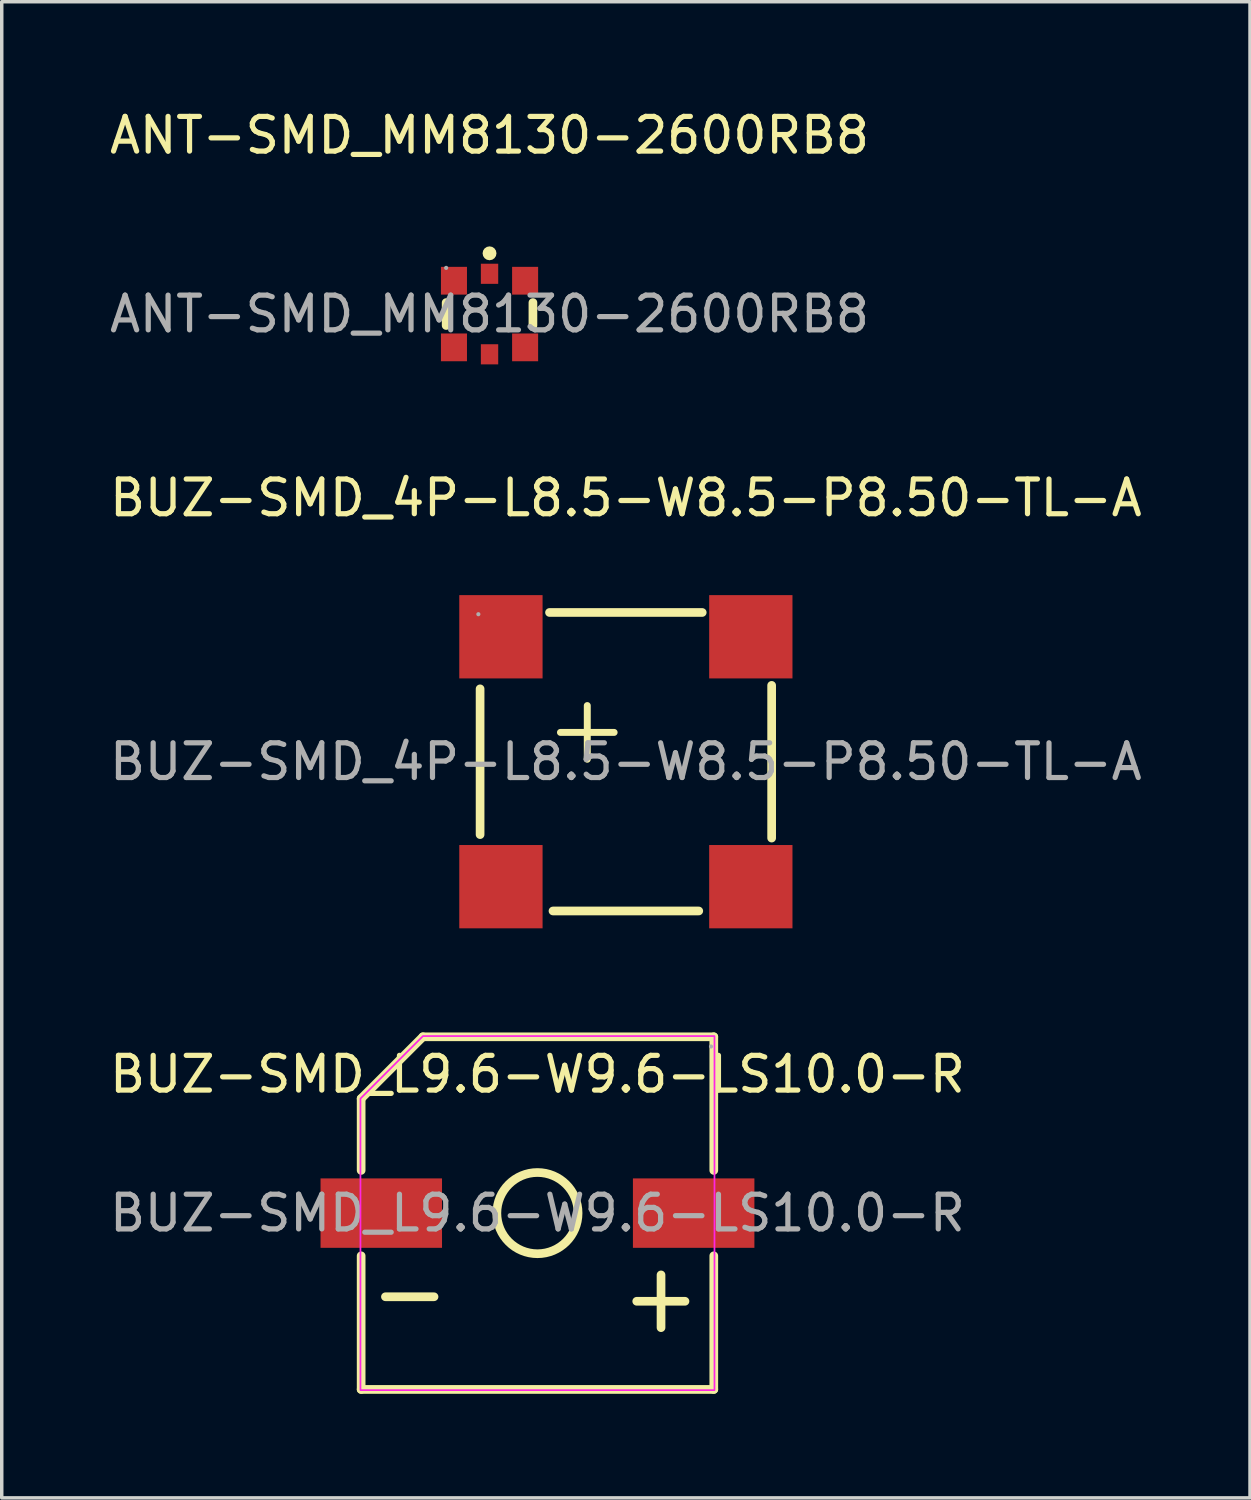
<source format=kicad_pcb>
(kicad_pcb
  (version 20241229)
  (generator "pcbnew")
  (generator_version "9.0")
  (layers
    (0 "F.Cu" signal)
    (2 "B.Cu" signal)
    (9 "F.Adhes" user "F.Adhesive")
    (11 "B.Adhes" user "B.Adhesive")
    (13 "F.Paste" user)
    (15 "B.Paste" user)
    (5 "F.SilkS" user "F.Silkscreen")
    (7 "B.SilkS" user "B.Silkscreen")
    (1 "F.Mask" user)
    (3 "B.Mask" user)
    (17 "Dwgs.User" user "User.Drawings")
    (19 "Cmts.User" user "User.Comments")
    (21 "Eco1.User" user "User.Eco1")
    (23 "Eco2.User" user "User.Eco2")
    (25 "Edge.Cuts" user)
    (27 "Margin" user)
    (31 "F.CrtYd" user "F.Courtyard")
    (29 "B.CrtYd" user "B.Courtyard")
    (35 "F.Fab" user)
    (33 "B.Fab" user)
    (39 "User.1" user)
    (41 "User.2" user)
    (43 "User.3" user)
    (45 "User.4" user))
  (footprint "BUZ-SMD_4P-L8.5-W8.5-P8.50-TL-A"
    (layer "F.Cu")
    (at 14.982 18.896)
    (property "Reference" "BUZ-SMD_4P-L8.5-W8.5-P8.50-TL-A" (at 0 -7.6 0) (layer "F.SilkS") (effects (font (size 1 1) (thickness 0.15))))
    (attr smd)
    (fp_line (start -4.2 -2.1) (end -4.2 2.1) (stroke (width 0.25) (type solid)) (layer "F.SilkS"))
    (fp_line (start -2.2 -4.3) (end 2.2 -4.3) (stroke (width 0.25) (type solid)) (layer "F.SilkS"))
    (fp_line (start -2.1 4.3) (end 2.1 4.3) (stroke (width 0.25) (type solid)) (layer "F.SilkS"))
    (fp_line (start 4.2 -2.2) (end 4.2 2.2) (stroke (width 0.25) (type solid)) (layer "F.SilkS"))
    (fp_circle (center -4.25 -4.25) (end -4.22 -4.25) (stroke (width 0.06) (type solid)) (fill no) (layer "F.Fab"))
    (fp_text user "+" (at -2.5 -1 0) (layer "F.SilkS") (effects (font (size 2.03 2.03) (thickness 0.2)) (justify left)))
    (fp_text user "${REFERENCE}" (at 0 0 0) (layer "F.Fab") (effects (font (size 1 1) (thickness 0.15))))
    (pad "1" smd rect (at -3.6 -3.6 270) (size 2.4 2.4) (layers "F.Cu" "F.Mask" "F.Paste"))
    (pad "2" smd rect (at -3.6 3.6 270) (size 2.4 2.4) (layers "F.Cu" "F.Mask" "F.Paste"))
    (pad "3" smd rect (at 3.6 3.6 270) (size 2.4 2.4) (layers "F.Cu" "F.Mask" "F.Paste"))
    (pad "4" smd rect (at 3.6 -3.6 270) (size 2.4 2.4) (layers "F.Cu" "F.Mask" "F.Paste")))
  (footprint "BUZ-SMD_L9.6-W9.6-LS10.0-R"
    (layer "F.Cu")
    (at 12.435 31.901)
    (property "Reference" "BUZ-SMD_L9.6-W9.6-LS10.0-R" (at 0 -4 0) (layer "F.SilkS") (effects (font (size 1 1) (thickness 0.15))))
    (attr smd)
    (fp_line (start -5.08 -3.3) (end -5.08 -1.23) (stroke (width 0.25) (type solid)) (layer "F.SilkS"))
    (fp_line (start -5.08 -3.3) (end -3.3 -5.08) (stroke (width 0.25) (type solid)) (layer "F.SilkS"))
    (fp_line (start -5.08 1.23) (end -5.08 5.08) (stroke (width 0.25) (type solid)) (layer "F.SilkS"))
    (fp_line (start -4.38 2.41) (end -2.98 2.41) (stroke (width 0.25) (type solid)) (layer "F.SilkS"))
    (fp_line (start -3.3 -5.08) (end 5.08 -5.08) (stroke (width 0.25) (type solid)) (layer "F.SilkS"))
    (fp_line (start 2.86 2.54) (end 4.25 2.54) (stroke (width 0.25) (type solid)) (layer "F.SilkS"))
    (fp_line (start 3.56 1.78) (end 3.56 3.3) (stroke (width 0.25) (type solid)) (layer "F.SilkS"))
    (fp_line (start 5.08 -5.08) (end 5.08 -1.23) (stroke (width 0.25) (type solid)) (layer "F.SilkS"))
    (fp_line (start 5.08 1.23) (end 5.08 5.08) (stroke (width 0.25) (type solid)) (layer "F.SilkS"))
    (fp_line (start 5.08 5.08) (end -5.08 5.08) (stroke (width 0.25) (type solid)) (layer "F.SilkS"))
    (fp_circle (center 0 0) (end 1.17 0) (stroke (width 0.25) (type solid)) (fill no) (layer "F.SilkS"))
    (fp_poly (pts (xy 5.1 -5.1) (xy 5.1 5.1) (xy -5.1 5.1) (xy -5.1 -3.3) (xy -3.3 -5.1)) (stroke (width 0.05) (type solid)) (fill no) (layer "F.CrtYd"))
    (fp_circle (center 5 -4.8) (end 5.03 -4.8) (stroke (width 0.06) (type solid)) (fill no) (layer "F.Fab"))
    (fp_text user "${REFERENCE}" (at 0 0 0) (layer "F.Fab") (effects (font (size 1 1) (thickness 0.15))))
    (pad "1" smd rect (at 4.5 0) (size 3.5 2) (layers "F.Cu" "F.Mask" "F.Paste"))
    (pad "2" smd rect (at -4.5 0) (size 3.5 2) (layers "F.Cu" "F.Mask" "F.Paste")))
  (footprint "ANT-SMD_MM8130-2600RB8"
    (layer "F.Cu")
    (at 11.054 5.998)
    (property "Reference" "ANT-SMD_MM8130-2600RB8" (at 0 -5.15 0) (layer "F.SilkS") (effects (font (size 1 1) (thickness 0.15))))
    (attr smd)
    (fp_line (start -1.25 -0.33) (end -1.25 0.33) (stroke (width 0.25) (type solid)) (layer "F.SilkS"))
    (fp_line (start 1.25 -0.33) (end 1.25 0.33) (stroke (width 0.25) (type solid)) (layer "F.SilkS"))
    (fp_circle (center 0 -1.75) (end 0.1 -1.75) (stroke (width 0.2) (type solid)) (fill no) (layer "F.SilkS"))
    (fp_circle (center -1.25 -1.33) (end -1.22 -1.33) (stroke (width 0.06) (type solid)) (fill no) (layer "F.Fab"))
    (fp_text user "${REFERENCE}" (at 0 0 0) (layer "F.Fab") (effects (font (size 1 1) (thickness 0.15))))
    (pad "1" smd rect (at 0 -1.16) (size 0.5 0.58) (layers "F.Cu" "F.Mask" "F.Paste"))
    (pad "2" smd rect (at 0 1.16) (size 0.5 0.58) (layers "F.Cu" "F.Mask" "F.Paste"))
    (pad "4" smd rect (at -1.025 -0.96) (size 0.75 0.8) (layers "F.Cu" "F.Mask" "F.Paste"))
    (pad "4" smd rect (at -1.025 0.96) (size 0.75 0.8) (layers "F.Cu" "F.Mask" "F.Paste"))
    (pad "4" smd rect (at 1.025 -0.96) (size 0.75 0.8) (layers "F.Cu" "F.Mask" "F.Paste"))
    (pad "4" smd rect (at 1.025 0.96) (size 0.75 0.8) (layers "F.Cu" "F.Mask" "F.Paste")))
  (gr_rect
    (start -3 -3)
    (end 32.964 40.106)
    (stroke (width 0.1) (type default))
    (fill no)
    (layer "Edge.Cuts")))
</source>
